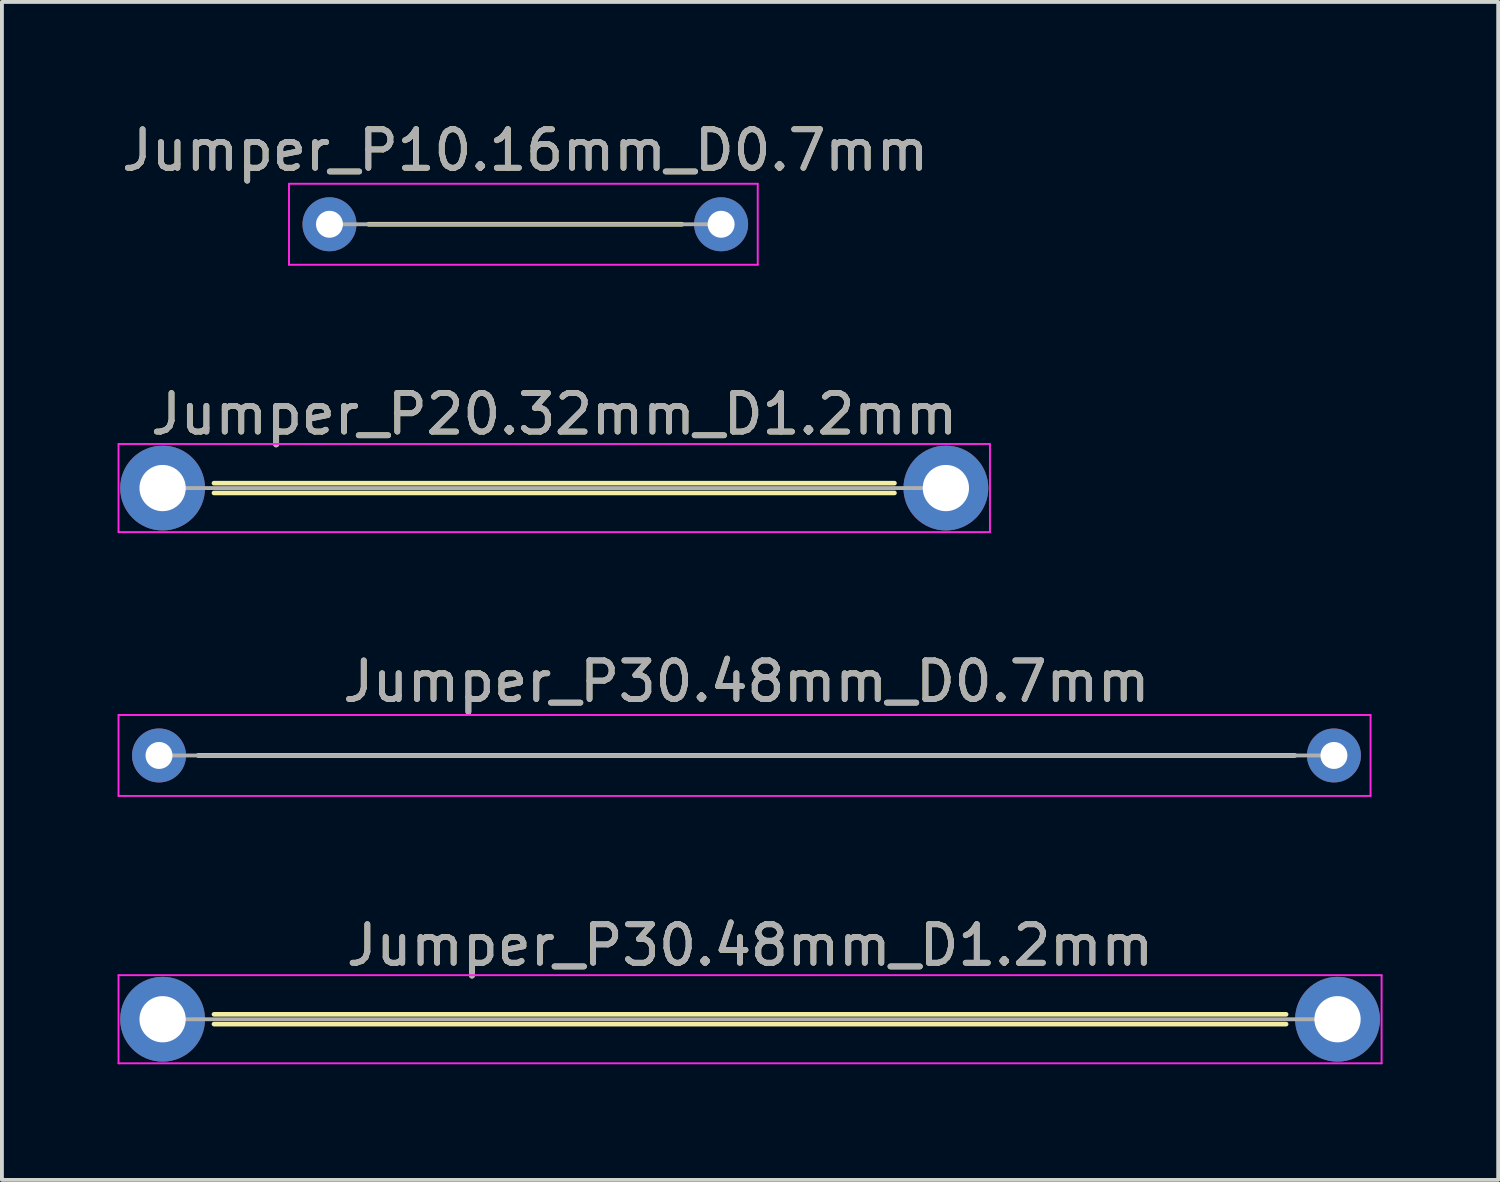
<source format=kicad_pcb>
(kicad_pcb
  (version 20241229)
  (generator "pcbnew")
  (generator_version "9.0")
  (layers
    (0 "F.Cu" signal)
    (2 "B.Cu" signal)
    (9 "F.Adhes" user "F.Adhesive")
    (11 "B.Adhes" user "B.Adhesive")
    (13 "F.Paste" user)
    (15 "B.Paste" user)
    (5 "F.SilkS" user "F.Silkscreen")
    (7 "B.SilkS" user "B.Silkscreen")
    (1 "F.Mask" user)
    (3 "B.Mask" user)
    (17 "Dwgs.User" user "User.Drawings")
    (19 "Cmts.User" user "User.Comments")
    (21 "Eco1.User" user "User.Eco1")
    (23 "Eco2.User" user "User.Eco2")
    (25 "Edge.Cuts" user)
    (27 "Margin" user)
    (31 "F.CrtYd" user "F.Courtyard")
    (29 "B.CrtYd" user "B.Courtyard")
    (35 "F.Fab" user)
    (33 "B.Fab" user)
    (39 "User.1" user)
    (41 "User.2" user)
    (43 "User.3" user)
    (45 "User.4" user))
  (footprint "Jumper_P10.16mm_D0.7mm"
    (layer "F.Cu")
    (at 5.497 2.768)
    (property "Reference" "Jumper_P10.16mm_D0.7mm" (at 5.08 -1.92 0) (layer "F.SilkS") (effects (font (size 1 1) (thickness 0.15))))
    (attr through_hole)
    (fp_line (start 1.016 0) (end 9.144 0) (stroke (width 0.12) (type solid)) (layer "F.SilkS"))
    (fp_line (start -1.05 -1.05) (end -1.05 1.05) (stroke (width 0.05) (type solid)) (layer "F.CrtYd"))
    (fp_line (start -1.05 1.05) (end 11.11 1.05) (stroke (width 0.05) (type solid)) (layer "F.CrtYd"))
    (fp_line (start 11.11 -1.05) (end -1.05 -1.05) (stroke (width 0.05) (type solid)) (layer "F.CrtYd"))
    (fp_line (start 11.11 1.05) (end 11.11 -1.05) (stroke (width 0.05) (type solid)) (layer "F.CrtYd"))
    (fp_line (start 0 0) (end 10.16 0) (stroke (width 0.1) (type solid)) (layer "F.Fab"))
    (fp_text user "${REFERENCE}" (at 5.08 -1.92 0) (layer "F.Fab") (effects (font (size 1 1) (thickness 0.15))))
    (pad "1" thru_hole circle (at 0 0) (size 1.4 1.4) (drill 0.7) (layers "*.Cu" "*.Mask"))
    (pad "2" thru_hole oval (at 10.16 0) (size 1.4 1.4) (drill 0.7) (layers "*.Cu" "*.Mask")))
  (footprint "Jumper_P20.32mm_D1.2mm"
    (layer "F.Cu")
    (at 1.168 9.611)
    (property "Reference" "Jumper_P20.32mm_D1.2mm" (at 10.16 -1.92 0) (layer "F.SilkS") (effects (font (size 1 1) (thickness 0.15))))
    (attr through_hole)
    (fp_line (start 1.333 -0.127) (end 18.986 -0.127) (stroke (width 0.12) (type solid)) (layer "F.SilkS"))
    (fp_line (start 1.333 0.127) (end 18.986 0.127) (stroke (width 0.12) (type solid)) (layer "F.SilkS"))
    (fp_line (start -1.143 -1.143) (end -1.143 1.143) (stroke (width 0.05) (type solid)) (layer "F.CrtYd"))
    (fp_line (start -1.143 1.143) (end 21.463 1.143) (stroke (width 0.05) (type solid)) (layer "F.CrtYd"))
    (fp_line (start 21.463 -1.143) (end -1.143 -1.143) (stroke (width 0.05) (type solid)) (layer "F.CrtYd"))
    (fp_line (start 21.463 1.143) (end 21.463 -1.143) (stroke (width 0.05) (type solid)) (layer "F.CrtYd"))
    (fp_line (start 0 0) (end 20.32 0) (stroke (width 0.1) (type solid)) (layer "F.Fab"))
    (fp_text user "${REFERENCE}" (at 10.16 -1.92 0) (layer "F.Fab") (effects (font (size 1 1) (thickness 0.15))))
    (pad "1" thru_hole circle (at 0 0) (size 2.2 2.2) (drill 1.2) (layers "*.Cu" "*.Mask"))
    (pad "2" thru_hole oval (at 20.32 0) (size 2.2 2.2) (drill 1.2) (layers "*.Cu" "*.Mask")))
  (footprint "Jumper_P30.48mm_D0.7mm"
    (layer "F.Cu")
    (at 1.075 16.548)
    (property "Reference" "Jumper_P30.48mm_D0.7mm" (at 15.24 -1.92 0) (layer "F.SilkS") (effects (font (size 1 1) (thickness 0.15))))
    (attr through_hole)
    (fp_line (start 1.016 0) (end 29.464 0) (stroke (width 0.12) (type solid)) (layer "F.SilkS"))
    (fp_line (start -1.05 -1.05) (end -1.05 1.05) (stroke (width 0.05) (type solid)) (layer "F.CrtYd"))
    (fp_line (start -1.05 1.05) (end 31.43 1.05) (stroke (width 0.05) (type solid)) (layer "F.CrtYd"))
    (fp_line (start 31.43 -1.05) (end -1.05 -1.05) (stroke (width 0.05) (type solid)) (layer "F.CrtYd"))
    (fp_line (start 31.43 1.05) (end 31.43 -1.05) (stroke (width 0.05) (type solid)) (layer "F.CrtYd"))
    (fp_line (start 0 0) (end 30.48 0) (stroke (width 0.1) (type solid)) (layer "F.Fab"))
    (fp_text user "${REFERENCE}" (at 15.24 -1.92 0) (layer "F.Fab") (effects (font (size 1 1) (thickness 0.15))))
    (pad "1" thru_hole circle (at 0 0) (size 1.4 1.4) (drill 0.7) (layers "*.Cu" "*.Mask"))
    (pad "2" thru_hole oval (at 30.48 0) (size 1.4 1.4) (drill 0.7) (layers "*.Cu" "*.Mask")))
  (footprint "Jumper_P30.48mm_D1.2mm"
    (layer "F.Cu")
    (at 1.168 23.391)
    (property "Reference" "Jumper_P30.48mm_D1.2mm" (at 15.24 -1.92 0) (layer "F.SilkS") (effects (font (size 1 1) (thickness 0.15))))
    (attr through_hole)
    (fp_line (start 1.333 -0.127) (end 29.146 -0.127) (stroke (width 0.12) (type solid)) (layer "F.SilkS"))
    (fp_line (start 1.333 0.127) (end 29.146 0.127) (stroke (width 0.12) (type solid)) (layer "F.SilkS"))
    (fp_line (start -1.143 -1.143) (end -1.143 1.143) (stroke (width 0.05) (type solid)) (layer "F.CrtYd"))
    (fp_line (start -1.143 1.143) (end 31.623 1.143) (stroke (width 0.05) (type solid)) (layer "F.CrtYd"))
    (fp_line (start 31.623 -1.143) (end -1.143 -1.143) (stroke (width 0.05) (type solid)) (layer "F.CrtYd"))
    (fp_line (start 31.623 1.143) (end 31.623 -1.143) (stroke (width 0.05) (type solid)) (layer "F.CrtYd"))
    (fp_line (start 0 0) (end 30.48 0) (stroke (width 0.1) (type solid)) (layer "F.Fab"))
    (fp_text user "${REFERENCE}" (at 15.24 -1.92 0) (layer "F.Fab") (effects (font (size 1 1) (thickness 0.15))))
    (pad "1" thru_hole circle (at 0 0) (size 2.2 2.2) (drill 1.2) (layers "*.Cu" "*.Mask"))
    (pad "2" thru_hole oval (at 30.48 0) (size 2.2 2.2) (drill 1.2) (layers "*.Cu" "*.Mask")))
  (gr_rect
    (start -3 -3)
    (end 35.816 27.559)
    (stroke (width 0.1) (type default))
    (fill no)
    (layer "Edge.Cuts")))
</source>
